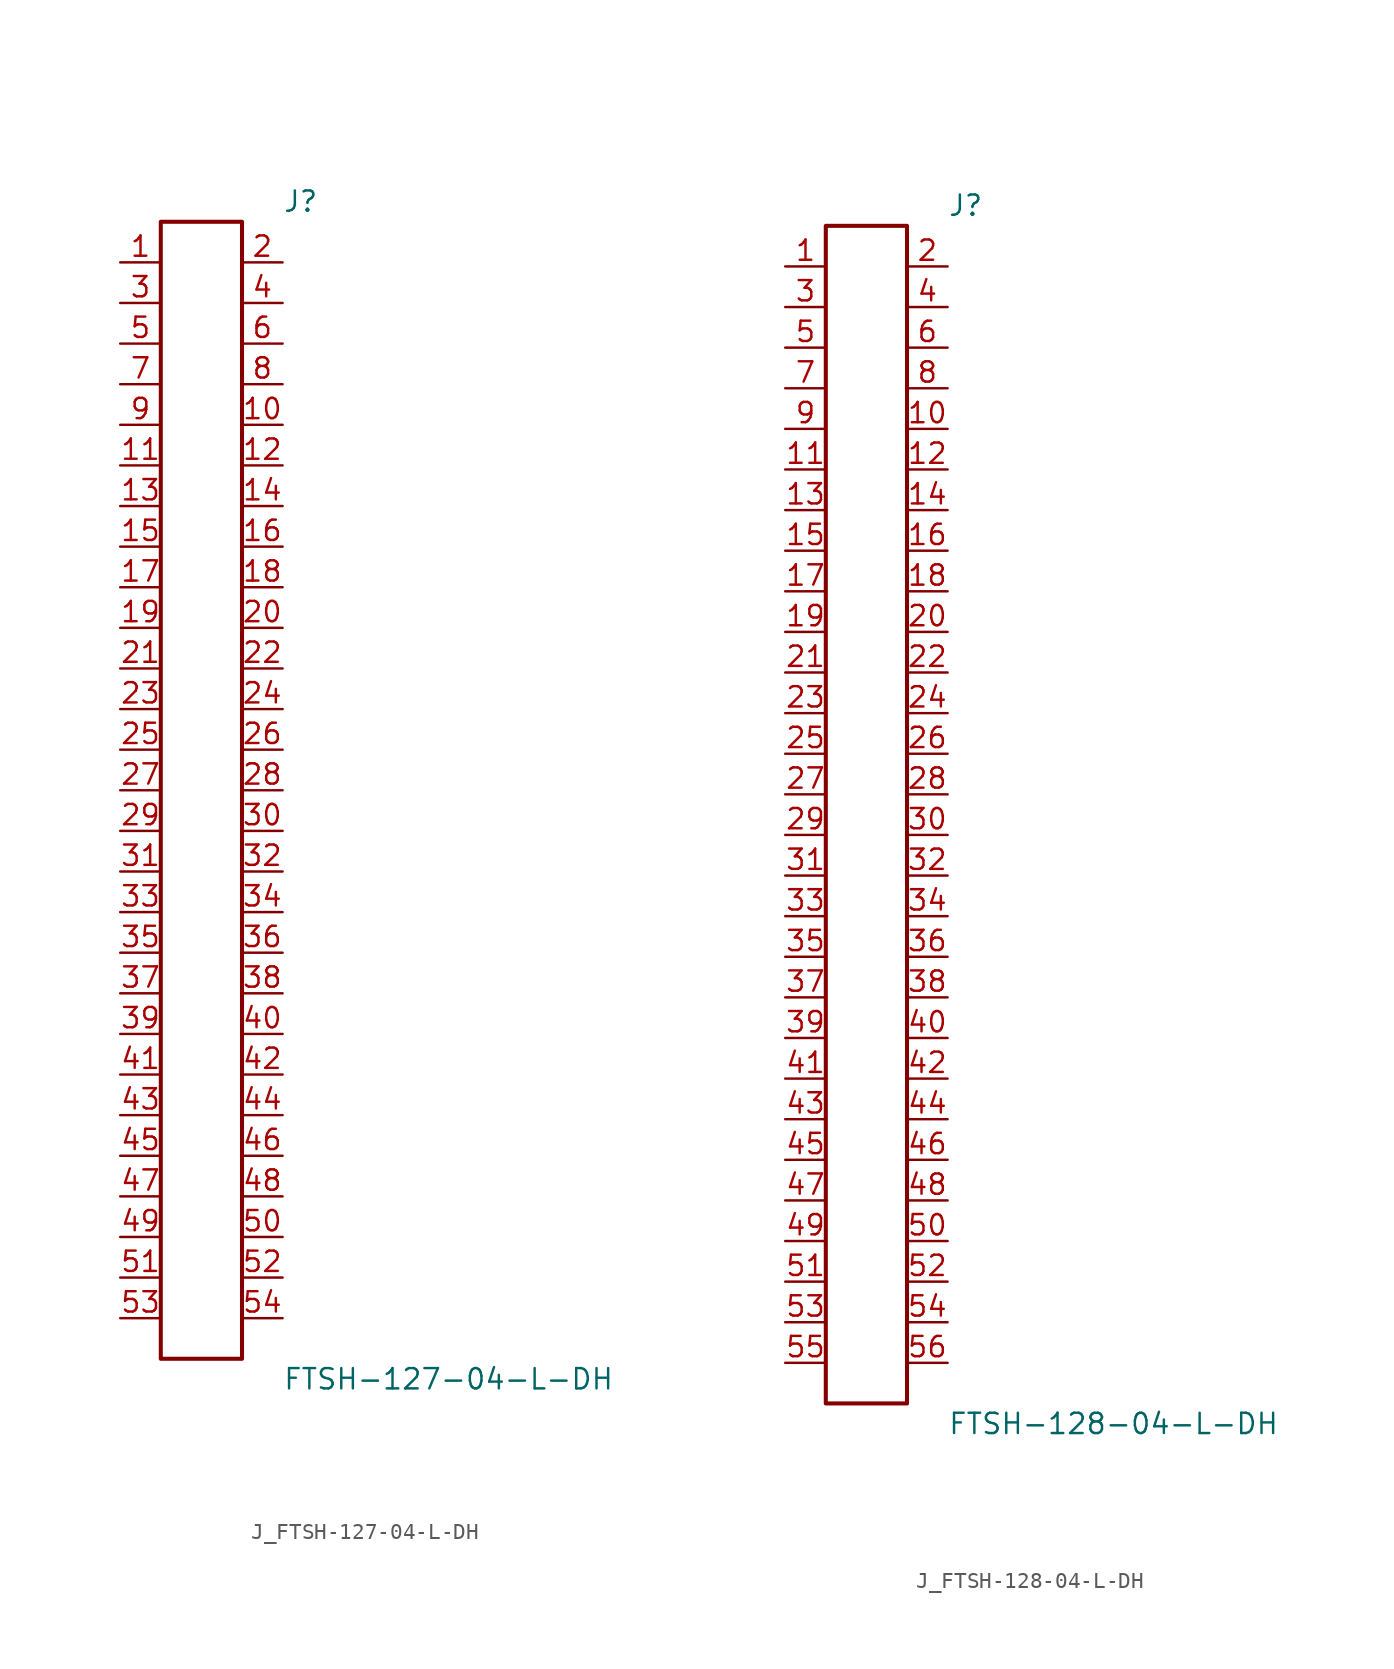
<source format=kicad_sym>
(kicad_symbol_lib
  (version 20231120)
  (generator kicad_symbol_editor)
  (generator_version 8.0)
  (symbol "J_FTSH-127-04-L-DH"
    (pin_names
      (offset 0.254))
    (property "Reference" "J"
      (at 5.08 36.83 0)
      (effects (font (size 1.27 1.27)) (justify left)))
    (property "Value" "FTSH-127-04-L-DH"
      (at 5.08 -36.83 0)
      (effects (font (size 1.27 1.27)) (justify left)))
    (symbol "J_FTSH-127-04-L-DH_0_0"
      (pin unspecified line (at -5.08 33.02 0) (length 2.54) (name "" (effects (font (size 1.27 1.27)))) (number "1" (effects (font (size 1.27 1.27)))))
      (pin unspecified line (at 5.08 33.02 180) (length 2.54) (name "" (effects (font (size 1.27 1.27)))) (number "2" (effects (font (size 1.27 1.27)))))
      (pin unspecified line (at -5.08 30.48 0) (length 2.54) (name "" (effects (font (size 1.27 1.27)))) (number "3" (effects (font (size 1.27 1.27)))))
      (pin unspecified line (at 5.08 30.48 180) (length 2.54) (name "" (effects (font (size 1.27 1.27)))) (number "4" (effects (font (size 1.27 1.27)))))
      (pin unspecified line (at -5.08 27.94 0) (length 2.54) (name "" (effects (font (size 1.27 1.27)))) (number "5" (effects (font (size 1.27 1.27)))))
      (pin unspecified line (at 5.08 27.94 180) (length 2.54) (name "" (effects (font (size 1.27 1.27)))) (number "6" (effects (font (size 1.27 1.27)))))
      (pin unspecified line (at -5.08 25.4 0) (length 2.54) (name "" (effects (font (size 1.27 1.27)))) (number "7" (effects (font (size 1.27 1.27)))))
      (pin unspecified line (at 5.08 25.4 180) (length 2.54) (name "" (effects (font (size 1.27 1.27)))) (number "8" (effects (font (size 1.27 1.27)))))
      (pin unspecified line (at -5.08 22.86 0) (length 2.54) (name "" (effects (font (size 1.27 1.27)))) (number "9" (effects (font (size 1.27 1.27)))))
      (pin unspecified line (at 5.08 22.86 180) (length 2.54) (name "" (effects (font (size 1.27 1.27)))) (number "10" (effects (font (size 1.27 1.27)))))
      (pin unspecified line (at -5.08 20.32 0) (length 2.54) (name "" (effects (font (size 1.27 1.27)))) (number "11" (effects (font (size 1.27 1.27)))))
      (pin unspecified line (at 5.08 20.32 180) (length 2.54) (name "" (effects (font (size 1.27 1.27)))) (number "12" (effects (font (size 1.27 1.27)))))
      (pin unspecified line (at -5.08 17.78 0) (length 2.54) (name "" (effects (font (size 1.27 1.27)))) (number "13" (effects (font (size 1.27 1.27)))))
      (pin unspecified line (at 5.08 17.78 180) (length 2.54) (name "" (effects (font (size 1.27 1.27)))) (number "14" (effects (font (size 1.27 1.27)))))
      (pin unspecified line (at -5.08 15.24 0) (length 2.54) (name "" (effects (font (size 1.27 1.27)))) (number "15" (effects (font (size 1.27 1.27)))))
      (pin unspecified line (at 5.08 15.24 180) (length 2.54) (name "" (effects (font (size 1.27 1.27)))) (number "16" (effects (font (size 1.27 1.27)))))
      (pin unspecified line (at -5.08 12.7 0) (length 2.54) (name "" (effects (font (size 1.27 1.27)))) (number "17" (effects (font (size 1.27 1.27)))))
      (pin unspecified line (at 5.08 12.7 180) (length 2.54) (name "" (effects (font (size 1.27 1.27)))) (number "18" (effects (font (size 1.27 1.27)))))
      (pin unspecified line (at -5.08 10.16 0) (length 2.54) (name "" (effects (font (size 1.27 1.27)))) (number "19" (effects (font (size 1.27 1.27)))))
      (pin unspecified line (at 5.08 10.16 180) (length 2.54) (name "" (effects (font (size 1.27 1.27)))) (number "20" (effects (font (size 1.27 1.27)))))
      (pin unspecified line (at -5.08 7.62 0) (length 2.54) (name "" (effects (font (size 1.27 1.27)))) (number "21" (effects (font (size 1.27 1.27)))))
      (pin unspecified line (at 5.08 7.62 180) (length 2.54) (name "" (effects (font (size 1.27 1.27)))) (number "22" (effects (font (size 1.27 1.27)))))
      (pin unspecified line (at -5.08 5.08 0) (length 2.54) (name "" (effects (font (size 1.27 1.27)))) (number "23" (effects (font (size 1.27 1.27)))))
      (pin unspecified line (at 5.08 5.08 180) (length 2.54) (name "" (effects (font (size 1.27 1.27)))) (number "24" (effects (font (size 1.27 1.27)))))
      (pin unspecified line (at -5.08 2.54 0) (length 2.54) (name "" (effects (font (size 1.27 1.27)))) (number "25" (effects (font (size 1.27 1.27)))))
      (pin unspecified line (at 5.08 2.54 180) (length 2.54) (name "" (effects (font (size 1.27 1.27)))) (number "26" (effects (font (size 1.27 1.27)))))
      (pin unspecified line (at -5.08 0.0 0) (length 2.54) (name "" (effects (font (size 1.27 1.27)))) (number "27" (effects (font (size 1.27 1.27)))))
      (pin unspecified line (at 5.08 0.0 180) (length 2.54) (name "" (effects (font (size 1.27 1.27)))) (number "28" (effects (font (size 1.27 1.27)))))
      (pin unspecified line (at -5.08 -2.54 0) (length 2.54) (name "" (effects (font (size 1.27 1.27)))) (number "29" (effects (font (size 1.27 1.27)))))
      (pin unspecified line (at 5.08 -2.54 180) (length 2.54) (name "" (effects (font (size 1.27 1.27)))) (number "30" (effects (font (size 1.27 1.27)))))
      (pin unspecified line (at -5.08 -5.08 0) (length 2.54) (name "" (effects (font (size 1.27 1.27)))) (number "31" (effects (font (size 1.27 1.27)))))
      (pin unspecified line (at 5.08 -5.08 180) (length 2.54) (name "" (effects (font (size 1.27 1.27)))) (number "32" (effects (font (size 1.27 1.27)))))
      (pin unspecified line (at -5.08 -7.62 0) (length 2.54) (name "" (effects (font (size 1.27 1.27)))) (number "33" (effects (font (size 1.27 1.27)))))
      (pin unspecified line (at 5.08 -7.62 180) (length 2.54) (name "" (effects (font (size 1.27 1.27)))) (number "34" (effects (font (size 1.27 1.27)))))
      (pin unspecified line (at -5.08 -10.16 0) (length 2.54) (name "" (effects (font (size 1.27 1.27)))) (number "35" (effects (font (size 1.27 1.27)))))
      (pin unspecified line (at 5.08 -10.16 180) (length 2.54) (name "" (effects (font (size 1.27 1.27)))) (number "36" (effects (font (size 1.27 1.27)))))
      (pin unspecified line (at -5.08 -12.7 0) (length 2.54) (name "" (effects (font (size 1.27 1.27)))) (number "37" (effects (font (size 1.27 1.27)))))
      (pin unspecified line (at 5.08 -12.7 180) (length 2.54) (name "" (effects (font (size 1.27 1.27)))) (number "38" (effects (font (size 1.27 1.27)))))
      (pin unspecified line (at -5.08 -15.24 0) (length 2.54) (name "" (effects (font (size 1.27 1.27)))) (number "39" (effects (font (size 1.27 1.27)))))
      (pin unspecified line (at 5.08 -15.24 180) (length 2.54) (name "" (effects (font (size 1.27 1.27)))) (number "40" (effects (font (size 1.27 1.27)))))
      (pin unspecified line (at -5.08 -17.78 0) (length 2.54) (name "" (effects (font (size 1.27 1.27)))) (number "41" (effects (font (size 1.27 1.27)))))
      (pin unspecified line (at 5.08 -17.78 180) (length 2.54) (name "" (effects (font (size 1.27 1.27)))) (number "42" (effects (font (size 1.27 1.27)))))
      (pin unspecified line (at -5.08 -20.32 0) (length 2.54) (name "" (effects (font (size 1.27 1.27)))) (number "43" (effects (font (size 1.27 1.27)))))
      (pin unspecified line (at 5.08 -20.32 180) (length 2.54) (name "" (effects (font (size 1.27 1.27)))) (number "44" (effects (font (size 1.27 1.27)))))
      (pin unspecified line (at -5.08 -22.86 0) (length 2.54) (name "" (effects (font (size 1.27 1.27)))) (number "45" (effects (font (size 1.27 1.27)))))
      (pin unspecified line (at 5.08 -22.86 180) (length 2.54) (name "" (effects (font (size 1.27 1.27)))) (number "46" (effects (font (size 1.27 1.27)))))
      (pin unspecified line (at -5.08 -25.4 0) (length 2.54) (name "" (effects (font (size 1.27 1.27)))) (number "47" (effects (font (size 1.27 1.27)))))
      (pin unspecified line (at 5.08 -25.4 180) (length 2.54) (name "" (effects (font (size 1.27 1.27)))) (number "48" (effects (font (size 1.27 1.27)))))
      (pin unspecified line (at -5.08 -27.94 0) (length 2.54) (name "" (effects (font (size 1.27 1.27)))) (number "49" (effects (font (size 1.27 1.27)))))
      (pin unspecified line (at 5.08 -27.94 180) (length 2.54) (name "" (effects (font (size 1.27 1.27)))) (number "50" (effects (font (size 1.27 1.27)))))
      (pin unspecified line (at -5.08 -30.48 0) (length 2.54) (name "" (effects (font (size 1.27 1.27)))) (number "51" (effects (font (size 1.27 1.27)))))
      (pin unspecified line (at 5.08 -30.48 180) (length 2.54) (name "" (effects (font (size 1.27 1.27)))) (number "52" (effects (font (size 1.27 1.27)))))
      (pin unspecified line (at -5.08 -33.02 0) (length 2.54) (name "" (effects (font (size 1.27 1.27)))) (number "53" (effects (font (size 1.27 1.27)))))
      (pin unspecified line (at 5.08 -33.02 180) (length 2.54) (name "" (effects (font (size 1.27 1.27)))) (number "54" (effects (font (size 1.27 1.27))))))
    (symbol "J_FTSH-127-04-L-DH_1_0"
      (rectangle (start -2.54 35.56) (end 2.54 -35.56) (stroke (width 0.254) (type solid)) (fill (type none)))))
  (symbol "J_FTSH-128-04-L-DH"
    (pin_names
      (offset 0.254))
    (property "Reference" "J"
      (at 5.08 38.1 0)
      (effects (font (size 1.27 1.27)) (justify left)))
    (property "Value" "FTSH-128-04-L-DH"
      (at 5.08 -38.1 0)
      (effects (font (size 1.27 1.27)) (justify left)))
    (symbol "J_FTSH-128-04-L-DH_0_0"
      (pin unspecified line (at -5.08 34.29 0) (length 2.54) (name "" (effects (font (size 1.27 1.27)))) (number "1" (effects (font (size 1.27 1.27)))))
      (pin unspecified line (at 5.08 34.29 180) (length 2.54) (name "" (effects (font (size 1.27 1.27)))) (number "2" (effects (font (size 1.27 1.27)))))
      (pin unspecified line (at -5.08 31.75 0) (length 2.54) (name "" (effects (font (size 1.27 1.27)))) (number "3" (effects (font (size 1.27 1.27)))))
      (pin unspecified line (at 5.08 31.75 180) (length 2.54) (name "" (effects (font (size 1.27 1.27)))) (number "4" (effects (font (size 1.27 1.27)))))
      (pin unspecified line (at -5.08 29.21 0) (length 2.54) (name "" (effects (font (size 1.27 1.27)))) (number "5" (effects (font (size 1.27 1.27)))))
      (pin unspecified line (at 5.08 29.21 180) (length 2.54) (name "" (effects (font (size 1.27 1.27)))) (number "6" (effects (font (size 1.27 1.27)))))
      (pin unspecified line (at -5.08 26.67 0) (length 2.54) (name "" (effects (font (size 1.27 1.27)))) (number "7" (effects (font (size 1.27 1.27)))))
      (pin unspecified line (at 5.08 26.67 180) (length 2.54) (name "" (effects (font (size 1.27 1.27)))) (number "8" (effects (font (size 1.27 1.27)))))
      (pin unspecified line (at -5.08 24.13 0) (length 2.54) (name "" (effects (font (size 1.27 1.27)))) (number "9" (effects (font (size 1.27 1.27)))))
      (pin unspecified line (at 5.08 24.13 180) (length 2.54) (name "" (effects (font (size 1.27 1.27)))) (number "10" (effects (font (size 1.27 1.27)))))
      (pin unspecified line (at -5.08 21.59 0) (length 2.54) (name "" (effects (font (size 1.27 1.27)))) (number "11" (effects (font (size 1.27 1.27)))))
      (pin unspecified line (at 5.08 21.59 180) (length 2.54) (name "" (effects (font (size 1.27 1.27)))) (number "12" (effects (font (size 1.27 1.27)))))
      (pin unspecified line (at -5.08 19.05 0) (length 2.54) (name "" (effects (font (size 1.27 1.27)))) (number "13" (effects (font (size 1.27 1.27)))))
      (pin unspecified line (at 5.08 19.05 180) (length 2.54) (name "" (effects (font (size 1.27 1.27)))) (number "14" (effects (font (size 1.27 1.27)))))
      (pin unspecified line (at -5.08 16.51 0) (length 2.54) (name "" (effects (font (size 1.27 1.27)))) (number "15" (effects (font (size 1.27 1.27)))))
      (pin unspecified line (at 5.08 16.51 180) (length 2.54) (name "" (effects (font (size 1.27 1.27)))) (number "16" (effects (font (size 1.27 1.27)))))
      (pin unspecified line (at -5.08 13.97 0) (length 2.54) (name "" (effects (font (size 1.27 1.27)))) (number "17" (effects (font (size 1.27 1.27)))))
      (pin unspecified line (at 5.08 13.97 180) (length 2.54) (name "" (effects (font (size 1.27 1.27)))) (number "18" (effects (font (size 1.27 1.27)))))
      (pin unspecified line (at -5.08 11.43 0) (length 2.54) (name "" (effects (font (size 1.27 1.27)))) (number "19" (effects (font (size 1.27 1.27)))))
      (pin unspecified line (at 5.08 11.43 180) (length 2.54) (name "" (effects (font (size 1.27 1.27)))) (number "20" (effects (font (size 1.27 1.27)))))
      (pin unspecified line (at -5.08 8.89 0) (length 2.54) (name "" (effects (font (size 1.27 1.27)))) (number "21" (effects (font (size 1.27 1.27)))))
      (pin unspecified line (at 5.08 8.89 180) (length 2.54) (name "" (effects (font (size 1.27 1.27)))) (number "22" (effects (font (size 1.27 1.27)))))
      (pin unspecified line (at -5.08 6.35 0) (length 2.54) (name "" (effects (font (size 1.27 1.27)))) (number "23" (effects (font (size 1.27 1.27)))))
      (pin unspecified line (at 5.08 6.35 180) (length 2.54) (name "" (effects (font (size 1.27 1.27)))) (number "24" (effects (font (size 1.27 1.27)))))
      (pin unspecified line (at -5.08 3.81 0) (length 2.54) (name "" (effects (font (size 1.27 1.27)))) (number "25" (effects (font (size 1.27 1.27)))))
      (pin unspecified line (at 5.08 3.81 180) (length 2.54) (name "" (effects (font (size 1.27 1.27)))) (number "26" (effects (font (size 1.27 1.27)))))
      (pin unspecified line (at -5.08 1.27 0) (length 2.54) (name "" (effects (font (size 1.27 1.27)))) (number "27" (effects (font (size 1.27 1.27)))))
      (pin unspecified line (at 5.08 1.27 180) (length 2.54) (name "" (effects (font (size 1.27 1.27)))) (number "28" (effects (font (size 1.27 1.27)))))
      (pin unspecified line (at -5.08 -1.27 0) (length 2.54) (name "" (effects (font (size 1.27 1.27)))) (number "29" (effects (font (size 1.27 1.27)))))
      (pin unspecified line (at 5.08 -1.27 180) (length 2.54) (name "" (effects (font (size 1.27 1.27)))) (number "30" (effects (font (size 1.27 1.27)))))
      (pin unspecified line (at -5.08 -3.81 0) (length 2.54) (name "" (effects (font (size 1.27 1.27)))) (number "31" (effects (font (size 1.27 1.27)))))
      (pin unspecified line (at 5.08 -3.81 180) (length 2.54) (name "" (effects (font (size 1.27 1.27)))) (number "32" (effects (font (size 1.27 1.27)))))
      (pin unspecified line (at -5.08 -6.35 0) (length 2.54) (name "" (effects (font (size 1.27 1.27)))) (number "33" (effects (font (size 1.27 1.27)))))
      (pin unspecified line (at 5.08 -6.35 180) (length 2.54) (name "" (effects (font (size 1.27 1.27)))) (number "34" (effects (font (size 1.27 1.27)))))
      (pin unspecified line (at -5.08 -8.89 0) (length 2.54) (name "" (effects (font (size 1.27 1.27)))) (number "35" (effects (font (size 1.27 1.27)))))
      (pin unspecified line (at 5.08 -8.89 180) (length 2.54) (name "" (effects (font (size 1.27 1.27)))) (number "36" (effects (font (size 1.27 1.27)))))
      (pin unspecified line (at -5.08 -11.43 0) (length 2.54) (name "" (effects (font (size 1.27 1.27)))) (number "37" (effects (font (size 1.27 1.27)))))
      (pin unspecified line (at 5.08 -11.43 180) (length 2.54) (name "" (effects (font (size 1.27 1.27)))) (number "38" (effects (font (size 1.27 1.27)))))
      (pin unspecified line (at -5.08 -13.97 0) (length 2.54) (name "" (effects (font (size 1.27 1.27)))) (number "39" (effects (font (size 1.27 1.27)))))
      (pin unspecified line (at 5.08 -13.97 180) (length 2.54) (name "" (effects (font (size 1.27 1.27)))) (number "40" (effects (font (size 1.27 1.27)))))
      (pin unspecified line (at -5.08 -16.51 0) (length 2.54) (name "" (effects (font (size 1.27 1.27)))) (number "41" (effects (font (size 1.27 1.27)))))
      (pin unspecified line (at 5.08 -16.51 180) (length 2.54) (name "" (effects (font (size 1.27 1.27)))) (number "42" (effects (font (size 1.27 1.27)))))
      (pin unspecified line (at -5.08 -19.05 0) (length 2.54) (name "" (effects (font (size 1.27 1.27)))) (number "43" (effects (font (size 1.27 1.27)))))
      (pin unspecified line (at 5.08 -19.05 180) (length 2.54) (name "" (effects (font (size 1.27 1.27)))) (number "44" (effects (font (size 1.27 1.27)))))
      (pin unspecified line (at -5.08 -21.59 0) (length 2.54) (name "" (effects (font (size 1.27 1.27)))) (number "45" (effects (font (size 1.27 1.27)))))
      (pin unspecified line (at 5.08 -21.59 180) (length 2.54) (name "" (effects (font (size 1.27 1.27)))) (number "46" (effects (font (size 1.27 1.27)))))
      (pin unspecified line (at -5.08 -24.13 0) (length 2.54) (name "" (effects (font (size 1.27 1.27)))) (number "47" (effects (font (size 1.27 1.27)))))
      (pin unspecified line (at 5.08 -24.13 180) (length 2.54) (name "" (effects (font (size 1.27 1.27)))) (number "48" (effects (font (size 1.27 1.27)))))
      (pin unspecified line (at -5.08 -26.67 0) (length 2.54) (name "" (effects (font (size 1.27 1.27)))) (number "49" (effects (font (size 1.27 1.27)))))
      (pin unspecified line (at 5.08 -26.67 180) (length 2.54) (name "" (effects (font (size 1.27 1.27)))) (number "50" (effects (font (size 1.27 1.27)))))
      (pin unspecified line (at -5.08 -29.21 0) (length 2.54) (name "" (effects (font (size 1.27 1.27)))) (number "51" (effects (font (size 1.27 1.27)))))
      (pin unspecified line (at 5.08 -29.21 180) (length 2.54) (name "" (effects (font (size 1.27 1.27)))) (number "52" (effects (font (size 1.27 1.27)))))
      (pin unspecified line (at -5.08 -31.75 0) (length 2.54) (name "" (effects (font (size 1.27 1.27)))) (number "53" (effects (font (size 1.27 1.27)))))
      (pin unspecified line (at 5.08 -31.75 180) (length 2.54) (name "" (effects (font (size 1.27 1.27)))) (number "54" (effects (font (size 1.27 1.27)))))
      (pin unspecified line (at -5.08 -34.29 0) (length 2.54) (name "" (effects (font (size 1.27 1.27)))) (number "55" (effects (font (size 1.27 1.27)))))
      (pin unspecified line (at 5.08 -34.29 180) (length 2.54) (name "" (effects (font (size 1.27 1.27)))) (number "56" (effects (font (size 1.27 1.27))))))
    (symbol "J_FTSH-128-04-L-DH_1_0"
      (rectangle (start -2.54 36.83) (end 2.54 -36.83) (stroke (width 0.254) (type solid)) (fill (type none))))))
</source>
